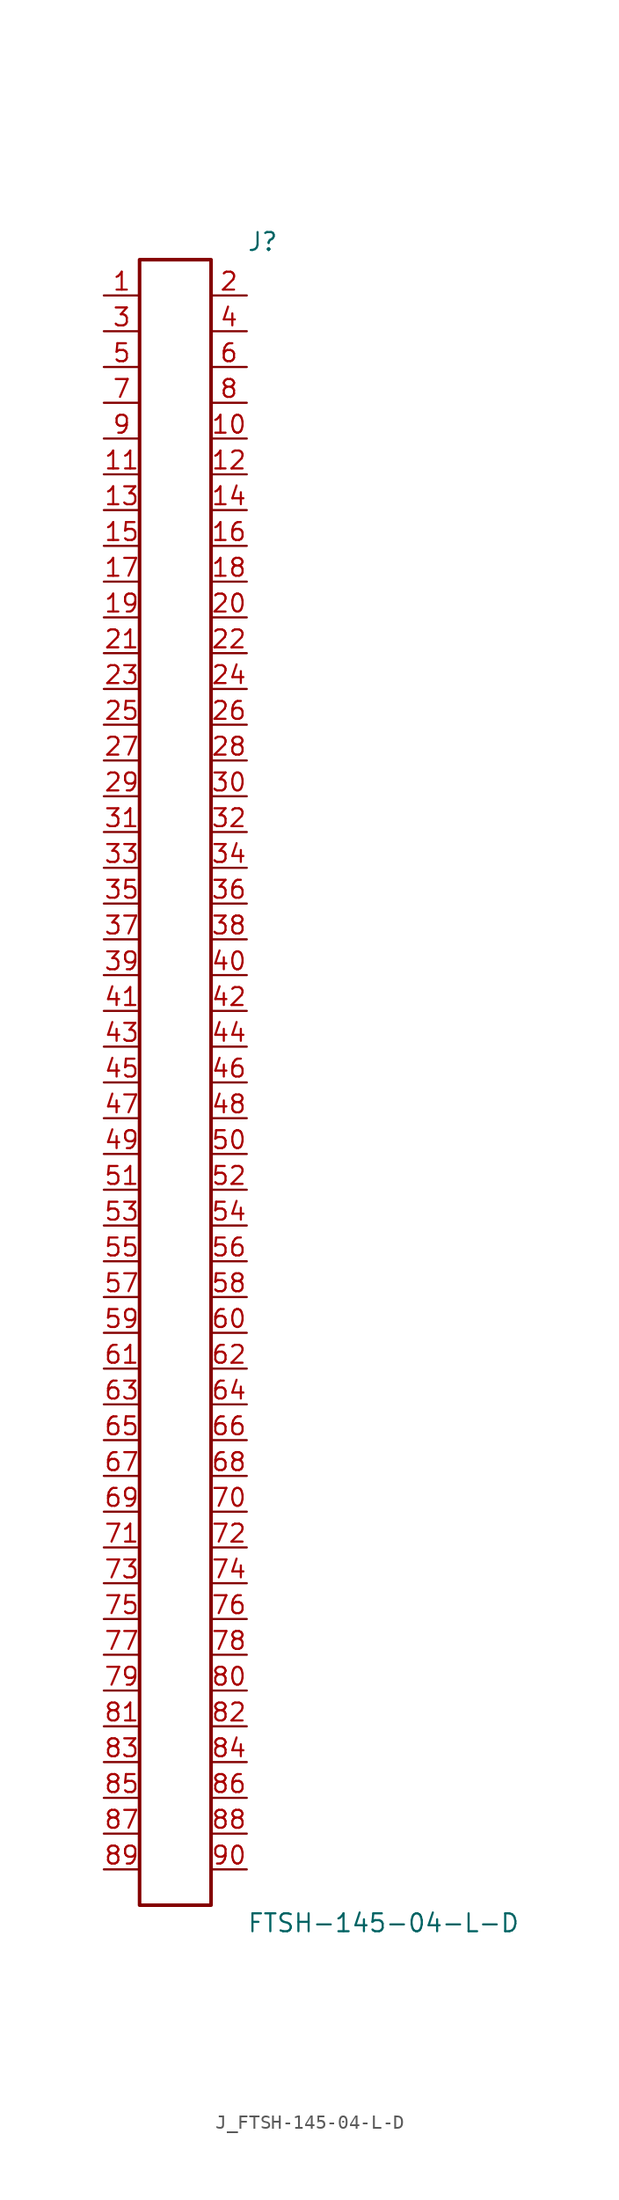
<source format=kicad_sym>
(kicad_symbol_lib
  (version 20231120)
  (generator kicad_symbol_editor)
  (generator_version 8.0)
  (symbol "J_FTSH-145-04-L-D"
    (pin_names
      (offset 0.254))
    (property "Reference" "J"
      (at 5.08 59.69 0)
      (effects (font (size 1.27 1.27)) (justify left)))
    (property "Value" "FTSH-145-04-L-D"
      (at 5.08 -59.69 0)
      (effects (font (size 1.27 1.27)) (justify left)))
    (symbol "J_FTSH-145-04-L-D_0_0"
      (pin passive line (at -5.08 55.88 0) (length 2.54) (name "" (effects (font (size 1.27 1.27)))) (number "1" (effects (font (size 1.27 1.27)))))
      (pin passive line (at 5.08 55.88 180) (length 2.54) (name "" (effects (font (size 1.27 1.27)))) (number "2" (effects (font (size 1.27 1.27)))))
      (pin passive line (at -5.08 53.34 0) (length 2.54) (name "" (effects (font (size 1.27 1.27)))) (number "3" (effects (font (size 1.27 1.27)))))
      (pin passive line (at 5.08 53.34 180) (length 2.54) (name "" (effects (font (size 1.27 1.27)))) (number "4" (effects (font (size 1.27 1.27)))))
      (pin passive line (at -5.08 50.8 0) (length 2.54) (name "" (effects (font (size 1.27 1.27)))) (number "5" (effects (font (size 1.27 1.27)))))
      (pin passive line (at 5.08 50.8 180) (length 2.54) (name "" (effects (font (size 1.27 1.27)))) (number "6" (effects (font (size 1.27 1.27)))))
      (pin passive line (at -5.08 48.26 0) (length 2.54) (name "" (effects (font (size 1.27 1.27)))) (number "7" (effects (font (size 1.27 1.27)))))
      (pin passive line (at 5.08 48.26 180) (length 2.54) (name "" (effects (font (size 1.27 1.27)))) (number "8" (effects (font (size 1.27 1.27)))))
      (pin passive line (at -5.08 45.72 0) (length 2.54) (name "" (effects (font (size 1.27 1.27)))) (number "9" (effects (font (size 1.27 1.27)))))
      (pin passive line (at 5.08 45.72 180) (length 2.54) (name "" (effects (font (size 1.27 1.27)))) (number "10" (effects (font (size 1.27 1.27)))))
      (pin passive line (at -5.08 43.18 0) (length 2.54) (name "" (effects (font (size 1.27 1.27)))) (number "11" (effects (font (size 1.27 1.27)))))
      (pin passive line (at 5.08 43.18 180) (length 2.54) (name "" (effects (font (size 1.27 1.27)))) (number "12" (effects (font (size 1.27 1.27)))))
      (pin passive line (at -5.08 40.64 0) (length 2.54) (name "" (effects (font (size 1.27 1.27)))) (number "13" (effects (font (size 1.27 1.27)))))
      (pin passive line (at 5.08 40.64 180) (length 2.54) (name "" (effects (font (size 1.27 1.27)))) (number "14" (effects (font (size 1.27 1.27)))))
      (pin passive line (at -5.08 38.1 0) (length 2.54) (name "" (effects (font (size 1.27 1.27)))) (number "15" (effects (font (size 1.27 1.27)))))
      (pin passive line (at 5.08 38.1 180) (length 2.54) (name "" (effects (font (size 1.27 1.27)))) (number "16" (effects (font (size 1.27 1.27)))))
      (pin passive line (at -5.08 35.56 0) (length 2.54) (name "" (effects (font (size 1.27 1.27)))) (number "17" (effects (font (size 1.27 1.27)))))
      (pin passive line (at 5.08 35.56 180) (length 2.54) (name "" (effects (font (size 1.27 1.27)))) (number "18" (effects (font (size 1.27 1.27)))))
      (pin passive line (at -5.08 33.02 0) (length 2.54) (name "" (effects (font (size 1.27 1.27)))) (number "19" (effects (font (size 1.27 1.27)))))
      (pin passive line (at 5.08 33.02 180) (length 2.54) (name "" (effects (font (size 1.27 1.27)))) (number "20" (effects (font (size 1.27 1.27)))))
      (pin passive line (at -5.08 30.48 0) (length 2.54) (name "" (effects (font (size 1.27 1.27)))) (number "21" (effects (font (size 1.27 1.27)))))
      (pin passive line (at 5.08 30.48 180) (length 2.54) (name "" (effects (font (size 1.27 1.27)))) (number "22" (effects (font (size 1.27 1.27)))))
      (pin passive line (at -5.08 27.94 0) (length 2.54) (name "" (effects (font (size 1.27 1.27)))) (number "23" (effects (font (size 1.27 1.27)))))
      (pin passive line (at 5.08 27.94 180) (length 2.54) (name "" (effects (font (size 1.27 1.27)))) (number "24" (effects (font (size 1.27 1.27)))))
      (pin passive line (at -5.08 25.4 0) (length 2.54) (name "" (effects (font (size 1.27 1.27)))) (number "25" (effects (font (size 1.27 1.27)))))
      (pin passive line (at 5.08 25.4 180) (length 2.54) (name "" (effects (font (size 1.27 1.27)))) (number "26" (effects (font (size 1.27 1.27)))))
      (pin passive line (at -5.08 22.86 0) (length 2.54) (name "" (effects (font (size 1.27 1.27)))) (number "27" (effects (font (size 1.27 1.27)))))
      (pin passive line (at 5.08 22.86 180) (length 2.54) (name "" (effects (font (size 1.27 1.27)))) (number "28" (effects (font (size 1.27 1.27)))))
      (pin passive line (at -5.08 20.32 0) (length 2.54) (name "" (effects (font (size 1.27 1.27)))) (number "29" (effects (font (size 1.27 1.27)))))
      (pin passive line (at 5.08 20.32 180) (length 2.54) (name "" (effects (font (size 1.27 1.27)))) (number "30" (effects (font (size 1.27 1.27)))))
      (pin passive line (at -5.08 17.78 0) (length 2.54) (name "" (effects (font (size 1.27 1.27)))) (number "31" (effects (font (size 1.27 1.27)))))
      (pin passive line (at 5.08 17.78 180) (length 2.54) (name "" (effects (font (size 1.27 1.27)))) (number "32" (effects (font (size 1.27 1.27)))))
      (pin passive line (at -5.08 15.24 0) (length 2.54) (name "" (effects (font (size 1.27 1.27)))) (number "33" (effects (font (size 1.27 1.27)))))
      (pin passive line (at 5.08 15.24 180) (length 2.54) (name "" (effects (font (size 1.27 1.27)))) (number "34" (effects (font (size 1.27 1.27)))))
      (pin passive line (at -5.08 12.7 0) (length 2.54) (name "" (effects (font (size 1.27 1.27)))) (number "35" (effects (font (size 1.27 1.27)))))
      (pin passive line (at 5.08 12.7 180) (length 2.54) (name "" (effects (font (size 1.27 1.27)))) (number "36" (effects (font (size 1.27 1.27)))))
      (pin passive line (at -5.08 10.16 0) (length 2.54) (name "" (effects (font (size 1.27 1.27)))) (number "37" (effects (font (size 1.27 1.27)))))
      (pin passive line (at 5.08 10.16 180) (length 2.54) (name "" (effects (font (size 1.27 1.27)))) (number "38" (effects (font (size 1.27 1.27)))))
      (pin passive line (at -5.08 7.62 0) (length 2.54) (name "" (effects (font (size 1.27 1.27)))) (number "39" (effects (font (size 1.27 1.27)))))
      (pin passive line (at 5.08 7.62 180) (length 2.54) (name "" (effects (font (size 1.27 1.27)))) (number "40" (effects (font (size 1.27 1.27)))))
      (pin passive line (at -5.08 5.08 0) (length 2.54) (name "" (effects (font (size 1.27 1.27)))) (number "41" (effects (font (size 1.27 1.27)))))
      (pin passive line (at 5.08 5.08 180) (length 2.54) (name "" (effects (font (size 1.27 1.27)))) (number "42" (effects (font (size 1.27 1.27)))))
      (pin passive line (at -5.08 2.54 0) (length 2.54) (name "" (effects (font (size 1.27 1.27)))) (number "43" (effects (font (size 1.27 1.27)))))
      (pin passive line (at 5.08 2.54 180) (length 2.54) (name "" (effects (font (size 1.27 1.27)))) (number "44" (effects (font (size 1.27 1.27)))))
      (pin passive line (at -5.08 0.0 0) (length 2.54) (name "" (effects (font (size 1.27 1.27)))) (number "45" (effects (font (size 1.27 1.27)))))
      (pin passive line (at 5.08 0.0 180) (length 2.54) (name "" (effects (font (size 1.27 1.27)))) (number "46" (effects (font (size 1.27 1.27)))))
      (pin passive line (at -5.08 -2.54 0) (length 2.54) (name "" (effects (font (size 1.27 1.27)))) (number "47" (effects (font (size 1.27 1.27)))))
      (pin passive line (at 5.08 -2.54 180) (length 2.54) (name "" (effects (font (size 1.27 1.27)))) (number "48" (effects (font (size 1.27 1.27)))))
      (pin passive line (at -5.08 -5.08 0) (length 2.54) (name "" (effects (font (size 1.27 1.27)))) (number "49" (effects (font (size 1.27 1.27)))))
      (pin passive line (at 5.08 -5.08 180) (length 2.54) (name "" (effects (font (size 1.27 1.27)))) (number "50" (effects (font (size 1.27 1.27)))))
      (pin passive line (at -5.08 -7.62 0) (length 2.54) (name "" (effects (font (size 1.27 1.27)))) (number "51" (effects (font (size 1.27 1.27)))))
      (pin passive line (at 5.08 -7.62 180) (length 2.54) (name "" (effects (font (size 1.27 1.27)))) (number "52" (effects (font (size 1.27 1.27)))))
      (pin passive line (at -5.08 -10.16 0) (length 2.54) (name "" (effects (font (size 1.27 1.27)))) (number "53" (effects (font (size 1.27 1.27)))))
      (pin passive line (at 5.08 -10.16 180) (length 2.54) (name "" (effects (font (size 1.27 1.27)))) (number "54" (effects (font (size 1.27 1.27)))))
      (pin passive line (at -5.08 -12.7 0) (length 2.54) (name "" (effects (font (size 1.27 1.27)))) (number "55" (effects (font (size 1.27 1.27)))))
      (pin passive line (at 5.08 -12.7 180) (length 2.54) (name "" (effects (font (size 1.27 1.27)))) (number "56" (effects (font (size 1.27 1.27)))))
      (pin passive line (at -5.08 -15.24 0) (length 2.54) (name "" (effects (font (size 1.27 1.27)))) (number "57" (effects (font (size 1.27 1.27)))))
      (pin passive line (at 5.08 -15.24 180) (length 2.54) (name "" (effects (font (size 1.27 1.27)))) (number "58" (effects (font (size 1.27 1.27)))))
      (pin passive line (at -5.08 -17.78 0) (length 2.54) (name "" (effects (font (size 1.27 1.27)))) (number "59" (effects (font (size 1.27 1.27)))))
      (pin passive line (at 5.08 -17.78 180) (length 2.54) (name "" (effects (font (size 1.27 1.27)))) (number "60" (effects (font (size 1.27 1.27)))))
      (pin passive line (at -5.08 -20.32 0) (length 2.54) (name "" (effects (font (size 1.27 1.27)))) (number "61" (effects (font (size 1.27 1.27)))))
      (pin passive line (at 5.08 -20.32 180) (length 2.54) (name "" (effects (font (size 1.27 1.27)))) (number "62" (effects (font (size 1.27 1.27)))))
      (pin passive line (at -5.08 -22.86 0) (length 2.54) (name "" (effects (font (size 1.27 1.27)))) (number "63" (effects (font (size 1.27 1.27)))))
      (pin passive line (at 5.08 -22.86 180) (length 2.54) (name "" (effects (font (size 1.27 1.27)))) (number "64" (effects (font (size 1.27 1.27)))))
      (pin passive line (at -5.08 -25.4 0) (length 2.54) (name "" (effects (font (size 1.27 1.27)))) (number "65" (effects (font (size 1.27 1.27)))))
      (pin passive line (at 5.08 -25.4 180) (length 2.54) (name "" (effects (font (size 1.27 1.27)))) (number "66" (effects (font (size 1.27 1.27)))))
      (pin passive line (at -5.08 -27.94 0) (length 2.54) (name "" (effects (font (size 1.27 1.27)))) (number "67" (effects (font (size 1.27 1.27)))))
      (pin passive line (at 5.08 -27.94 180) (length 2.54) (name "" (effects (font (size 1.27 1.27)))) (number "68" (effects (font (size 1.27 1.27)))))
      (pin passive line (at -5.08 -30.48 0) (length 2.54) (name "" (effects (font (size 1.27 1.27)))) (number "69" (effects (font (size 1.27 1.27)))))
      (pin passive line (at 5.08 -30.48 180) (length 2.54) (name "" (effects (font (size 1.27 1.27)))) (number "70" (effects (font (size 1.27 1.27)))))
      (pin passive line (at -5.08 -33.02 0) (length 2.54) (name "" (effects (font (size 1.27 1.27)))) (number "71" (effects (font (size 1.27 1.27)))))
      (pin passive line (at 5.08 -33.02 180) (length 2.54) (name "" (effects (font (size 1.27 1.27)))) (number "72" (effects (font (size 1.27 1.27)))))
      (pin passive line (at -5.08 -35.56 0) (length 2.54) (name "" (effects (font (size 1.27 1.27)))) (number "73" (effects (font (size 1.27 1.27)))))
      (pin passive line (at 5.08 -35.56 180) (length 2.54) (name "" (effects (font (size 1.27 1.27)))) (number "74" (effects (font (size 1.27 1.27)))))
      (pin passive line (at -5.08 -38.1 0) (length 2.54) (name "" (effects (font (size 1.27 1.27)))) (number "75" (effects (font (size 1.27 1.27)))))
      (pin passive line (at 5.08 -38.1 180) (length 2.54) (name "" (effects (font (size 1.27 1.27)))) (number "76" (effects (font (size 1.27 1.27)))))
      (pin passive line (at -5.08 -40.64 0) (length 2.54) (name "" (effects (font (size 1.27 1.27)))) (number "77" (effects (font (size 1.27 1.27)))))
      (pin passive line (at 5.08 -40.64 180) (length 2.54) (name "" (effects (font (size 1.27 1.27)))) (number "78" (effects (font (size 1.27 1.27)))))
      (pin passive line (at -5.08 -43.18 0) (length 2.54) (name "" (effects (font (size 1.27 1.27)))) (number "79" (effects (font (size 1.27 1.27)))))
      (pin passive line (at 5.08 -43.18 180) (length 2.54) (name "" (effects (font (size 1.27 1.27)))) (number "80" (effects (font (size 1.27 1.27)))))
      (pin passive line (at -5.08 -45.72 0) (length 2.54) (name "" (effects (font (size 1.27 1.27)))) (number "81" (effects (font (size 1.27 1.27)))))
      (pin passive line (at 5.08 -45.72 180) (length 2.54) (name "" (effects (font (size 1.27 1.27)))) (number "82" (effects (font (size 1.27 1.27)))))
      (pin passive line (at -5.08 -48.26 0) (length 2.54) (name "" (effects (font (size 1.27 1.27)))) (number "83" (effects (font (size 1.27 1.27)))))
      (pin passive line (at 5.08 -48.26 180) (length 2.54) (name "" (effects (font (size 1.27 1.27)))) (number "84" (effects (font (size 1.27 1.27)))))
      (pin passive line (at -5.08 -50.8 0) (length 2.54) (name "" (effects (font (size 1.27 1.27)))) (number "85" (effects (font (size 1.27 1.27)))))
      (pin passive line (at 5.08 -50.8 180) (length 2.54) (name "" (effects (font (size 1.27 1.27)))) (number "86" (effects (font (size 1.27 1.27)))))
      (pin passive line (at -5.08 -53.34 0) (length 2.54) (name "" (effects (font (size 1.27 1.27)))) (number "87" (effects (font (size 1.27 1.27)))))
      (pin passive line (at 5.08 -53.34 180) (length 2.54) (name "" (effects (font (size 1.27 1.27)))) (number "88" (effects (font (size 1.27 1.27)))))
      (pin passive line (at -5.08 -55.88 0) (length 2.54) (name "" (effects (font (size 1.27 1.27)))) (number "89" (effects (font (size 1.27 1.27)))))
      (pin passive line (at 5.08 -55.88 180) (length 2.54) (name "" (effects (font (size 1.27 1.27)))) (number "90" (effects (font (size 1.27 1.27))))))
    (symbol "J_FTSH-145-04-L-D_1_0"
      (rectangle (start -2.54 58.42) (end 2.54 -58.42) (stroke (width 0.254) (type solid)) (fill (type none))))))
</source>
